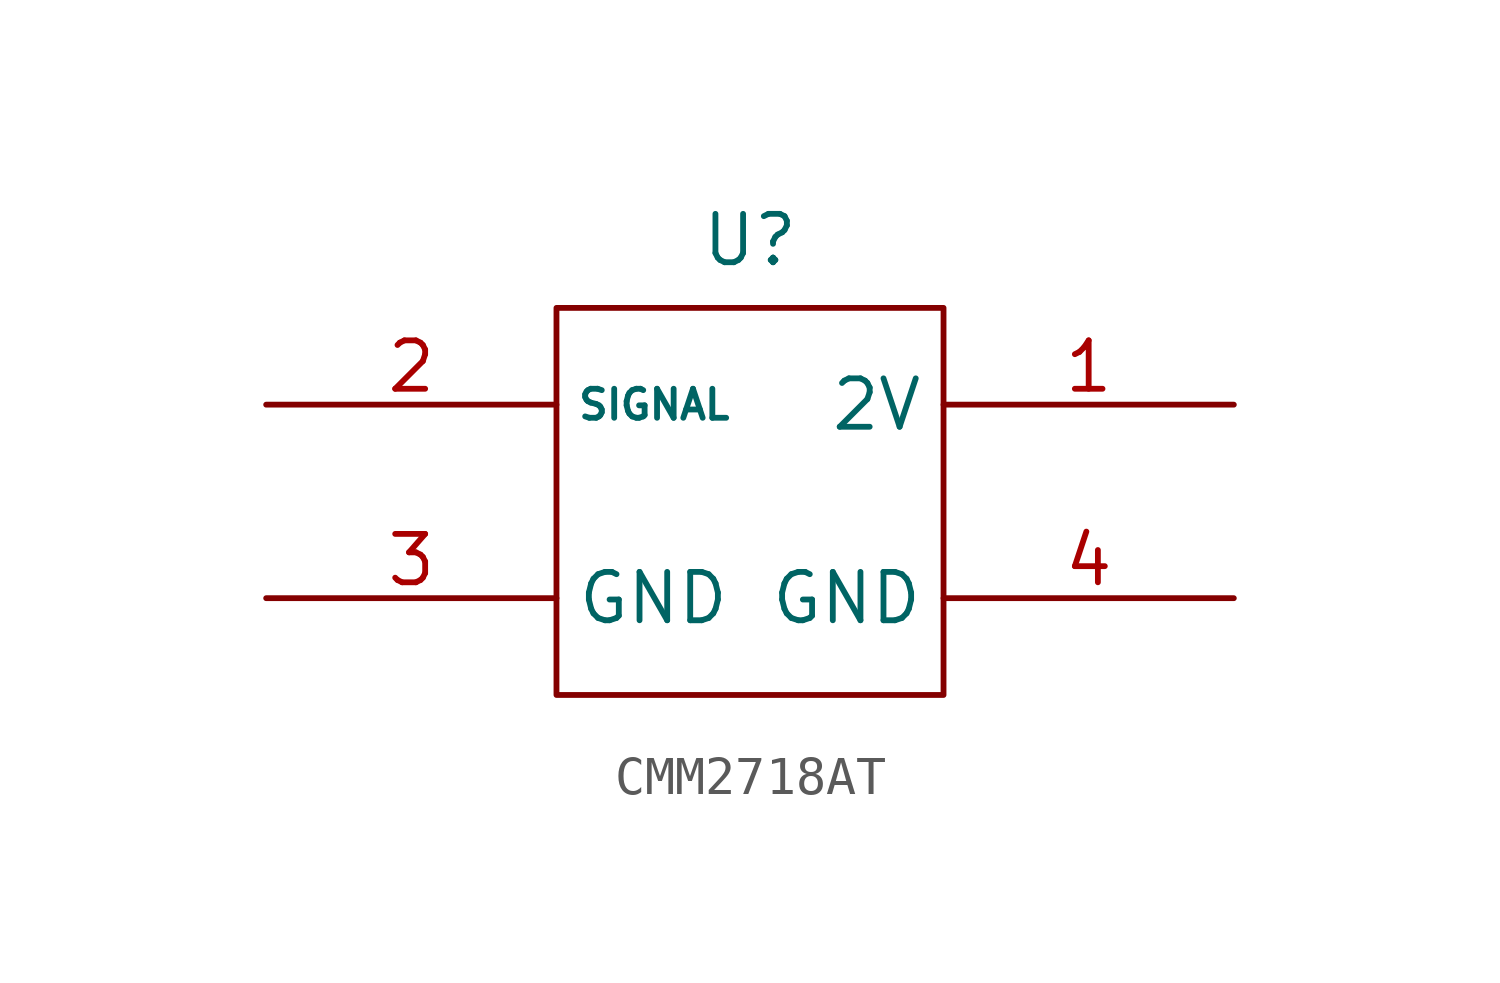
<source format=kicad_sym>
(kicad_symbol_lib
  (version 20231120)
  (generator "kicad_symbol_editor")
  (generator_version "8.0")
  (symbol "CMM2718AT"
    (property "Reference" "U"
      (at 0 1.778 0)
      (effects (font (size 1.27 1.27))))
    (property "Value" ""
      (at 0 0 0)
      (effects (font (size 1.27 1.27))))
    (symbol "CMM2718AT_0_1"
      (rectangle (start -5.08 0) (end 5.08 -10.16) (stroke (width 0) (type default)) (fill (type none))))
    (symbol "CMM2718AT_1_1"
      (pin power_in line (at 12.7 -2.54 180) (length 7.62) (name "2V" (effects (font (size 1.27 1.27)))) (number "1" (effects (font (size 1.27 1.27)))))
      (pin output line (at -12.7 -2.54 0) (length 7.62) (name "SIGNAL" (effects (font (size 0.762 0.762)))) (number "2" (effects (font (size 1.27 1.27)))))
      (pin power_in line (at -12.7 -7.62 0) (length 7.62) (name "GND" (effects (font (size 1.27 1.27)))) (number "3" (effects (font (size 1.27 1.27)))))
      (pin power_in line (at 12.7 -7.62 180) (length 7.62) (name "GND" (effects (font (size 1.27 1.27)))) (number "4" (effects (font (size 1.27 1.27))))))))
</source>
